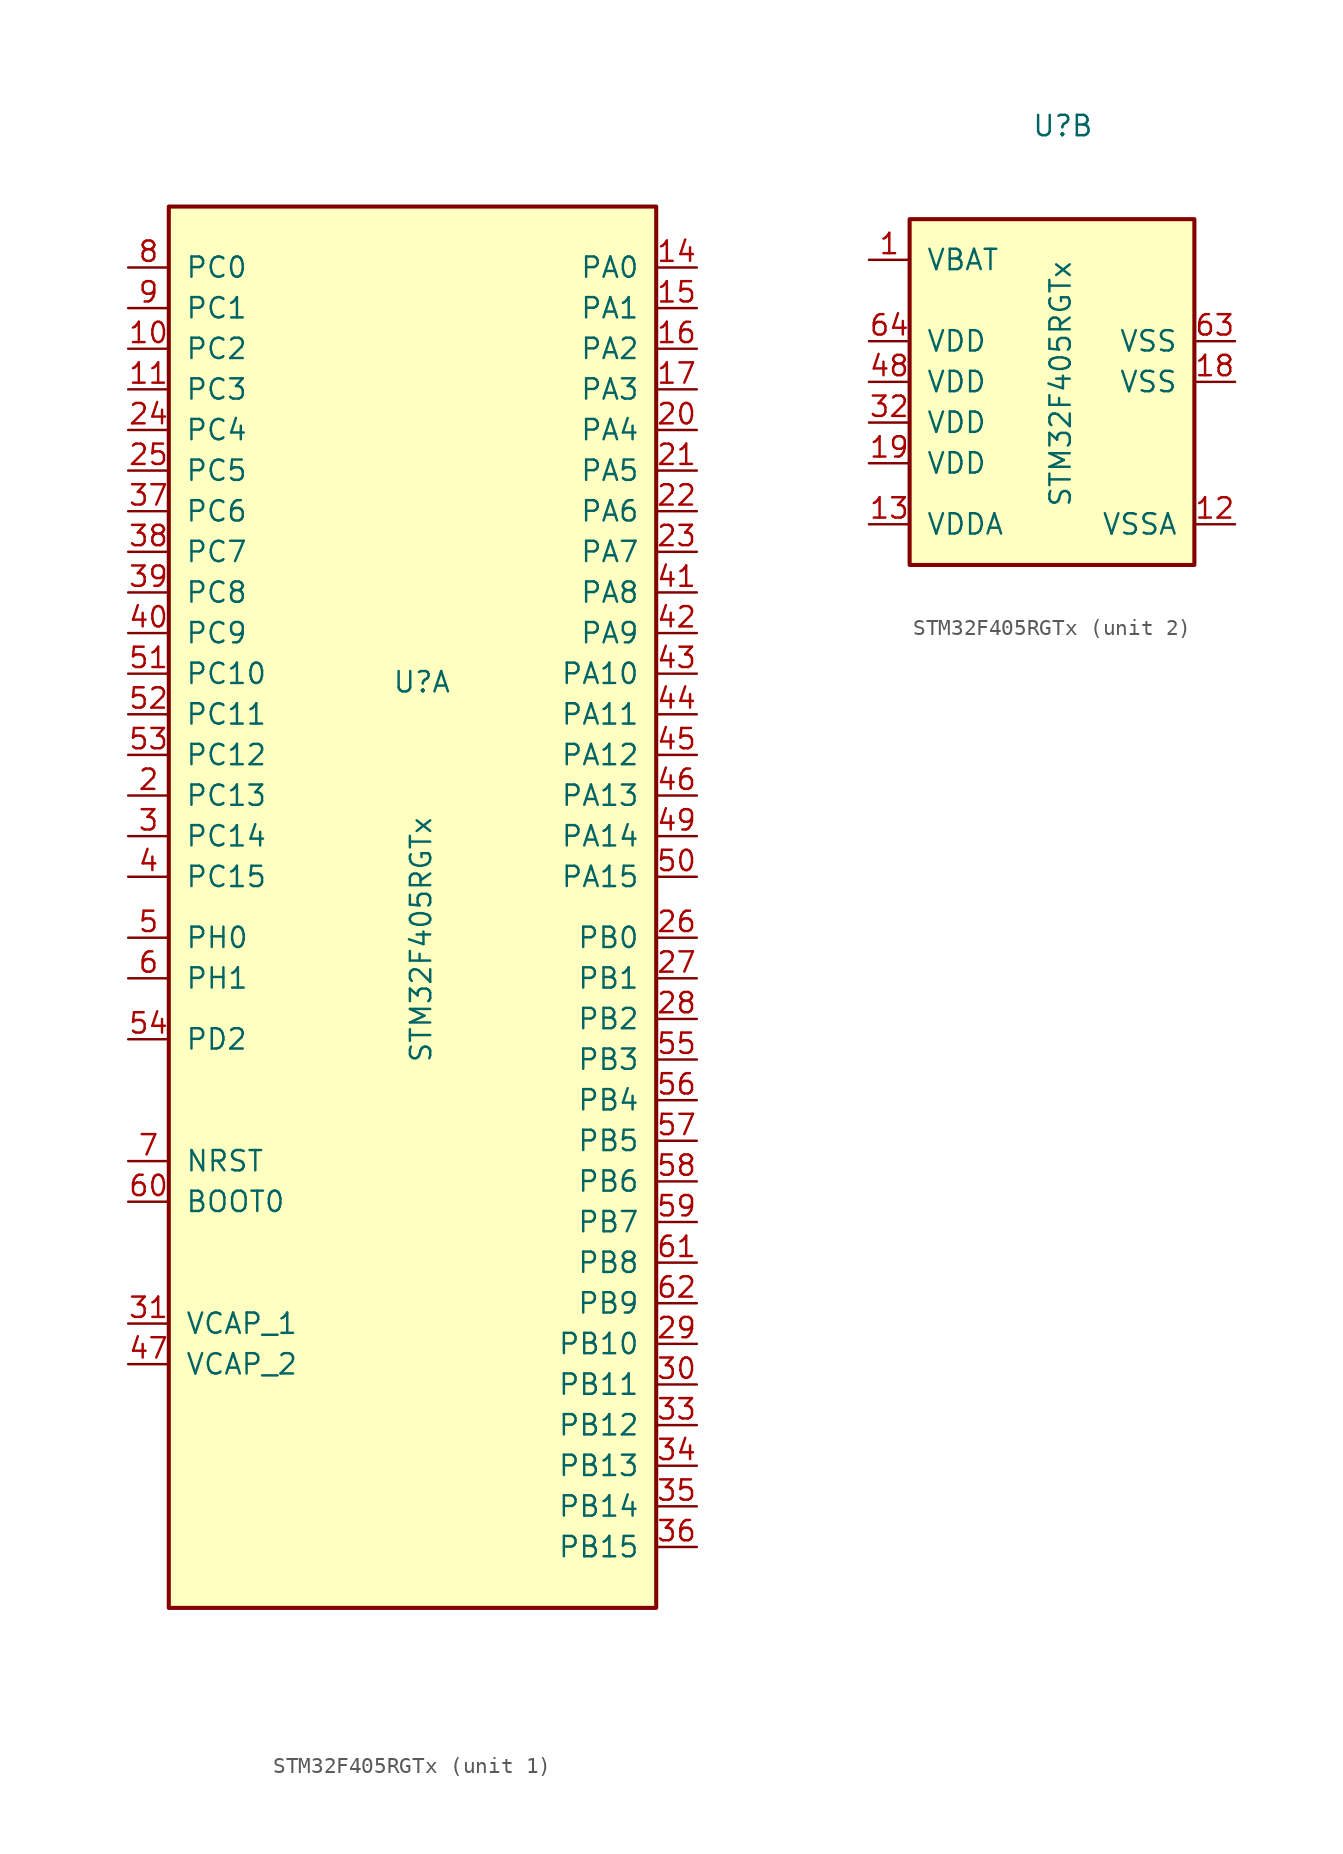
<source format=kicad_sym>
(kicad_symbol_lib
  (version 20220914)
  (generator kicad_symbol_editor)
  (symbol "STM32F405RGTx"
    (pin_names
      (offset 1.016))
    (property "Reference" "U"
      (at -1.27 17.78 0)
      (effects (font (size 1.27 1.27)) (justify left bottom)))
    (property "Value" "STM32F405RGTx"
      (at 1.27 10.16 90)
      (effects (font (size 1.27 1.27)) (justify right bottom)))
    (property "ki_locked" ""
      (at 0 0 0)
      (effects (font (size 1.27 1.27))))
    (symbol "STM32F405RGTx_1_1"
      (rectangle (start -15.24 -39.37) (end 15.24 48.26) (stroke (width 0.254) (type solid)) (fill (type background)))
      (pin bidirectional line (at -17.78 39.37 0) (length 2.54) (name "PC2" (effects (font (size 1.27 1.27)))) (number "10" (effects (font (size 1.27 1.27)))))
      (pin bidirectional line (at -17.78 36.83 0) (length 2.54) (name "PC3" (effects (font (size 1.27 1.27)))) (number "11" (effects (font (size 1.27 1.27)))))
      (pin bidirectional line (at 17.78 44.45 180) (length 2.54) (name "PA0" (effects (font (size 1.27 1.27)))) (number "14" (effects (font (size 1.27 1.27)))))
      (pin bidirectional line (at 17.78 41.91 180) (length 2.54) (name "PA1" (effects (font (size 1.27 1.27)))) (number "15" (effects (font (size 1.27 1.27)))))
      (pin bidirectional line (at 17.78 39.37 180) (length 2.54) (name "PA2" (effects (font (size 1.27 1.27)))) (number "16" (effects (font (size 1.27 1.27)))))
      (pin bidirectional line (at 17.78 36.83 180) (length 2.54) (name "PA3" (effects (font (size 1.27 1.27)))) (number "17" (effects (font (size 1.27 1.27)))))
      (pin bidirectional line (at -17.78 11.43 0) (length 2.54) (name "PC13" (effects (font (size 1.27 1.27)))) (number "2" (effects (font (size 1.27 1.27)))))
      (pin bidirectional line (at 17.78 34.29 180) (length 2.54) (name "PA4" (effects (font (size 1.27 1.27)))) (number "20" (effects (font (size 1.27 1.27)))))
      (pin bidirectional line (at 17.78 31.75 180) (length 2.54) (name "PA5" (effects (font (size 1.27 1.27)))) (number "21" (effects (font (size 1.27 1.27)))))
      (pin bidirectional line (at 17.78 29.21 180) (length 2.54) (name "PA6" (effects (font (size 1.27 1.27)))) (number "22" (effects (font (size 1.27 1.27)))))
      (pin bidirectional line (at 17.78 26.67 180) (length 2.54) (name "PA7" (effects (font (size 1.27 1.27)))) (number "23" (effects (font (size 1.27 1.27)))))
      (pin bidirectional line (at -17.78 34.29 0) (length 2.54) (name "PC4" (effects (font (size 1.27 1.27)))) (number "24" (effects (font (size 1.27 1.27)))))
      (pin bidirectional line (at -17.78 31.75 0) (length 2.54) (name "PC5" (effects (font (size 1.27 1.27)))) (number "25" (effects (font (size 1.27 1.27)))))
      (pin bidirectional line (at 17.78 2.54 180) (length 2.54) (name "PB0" (effects (font (size 1.27 1.27)))) (number "26" (effects (font (size 1.27 1.27)))))
      (pin bidirectional line (at 17.78 0 180) (length 2.54) (name "PB1" (effects (font (size 1.27 1.27)))) (number "27" (effects (font (size 1.27 1.27)))))
      (pin bidirectional line (at 17.78 -2.54 180) (length 2.54) (name "PB2" (effects (font (size 1.27 1.27)))) (number "28" (effects (font (size 1.27 1.27)))))
      (pin bidirectional line (at 17.78 -22.86 180) (length 2.54) (name "PB10" (effects (font (size 1.27 1.27)))) (number "29" (effects (font (size 1.27 1.27)))))
      (pin bidirectional line (at -17.78 8.89 0) (length 2.54) (name "PC14" (effects (font (size 1.27 1.27)))) (number "3" (effects (font (size 1.27 1.27)))))
      (pin bidirectional line (at 17.78 -25.4 180) (length 2.54) (name "PB11" (effects (font (size 1.27 1.27)))) (number "30" (effects (font (size 1.27 1.27)))))
      (pin power_in line (at -17.78 -21.59 0) (length 2.54) (name "VCAP_1" (effects (font (size 1.27 1.27)))) (number "31" (effects (font (size 1.27 1.27)))))
      (pin bidirectional line (at 17.78 -27.94 180) (length 2.54) (name "PB12" (effects (font (size 1.27 1.27)))) (number "33" (effects (font (size 1.27 1.27)))))
      (pin bidirectional line (at 17.78 -30.48 180) (length 2.54) (name "PB13" (effects (font (size 1.27 1.27)))) (number "34" (effects (font (size 1.27 1.27)))))
      (pin bidirectional line (at 17.78 -33.02 180) (length 2.54) (name "PB14" (effects (font (size 1.27 1.27)))) (number "35" (effects (font (size 1.27 1.27)))))
      (pin bidirectional line (at 17.78 -35.56 180) (length 2.54) (name "PB15" (effects (font (size 1.27 1.27)))) (number "36" (effects (font (size 1.27 1.27)))))
      (pin bidirectional line (at -17.78 29.21 0) (length 2.54) (name "PC6" (effects (font (size 1.27 1.27)))) (number "37" (effects (font (size 1.27 1.27)))))
      (pin bidirectional line (at -17.78 26.67 0) (length 2.54) (name "PC7" (effects (font (size 1.27 1.27)))) (number "38" (effects (font (size 1.27 1.27)))))
      (pin bidirectional line (at -17.78 24.13 0) (length 2.54) (name "PC8" (effects (font (size 1.27 1.27)))) (number "39" (effects (font (size 1.27 1.27)))))
      (pin bidirectional line (at -17.78 6.35 0) (length 2.54) (name "PC15" (effects (font (size 1.27 1.27)))) (number "4" (effects (font (size 1.27 1.27)))))
      (pin bidirectional line (at -17.78 21.59 0) (length 2.54) (name "PC9" (effects (font (size 1.27 1.27)))) (number "40" (effects (font (size 1.27 1.27)))))
      (pin bidirectional line (at 17.78 24.13 180) (length 2.54) (name "PA8" (effects (font (size 1.27 1.27)))) (number "41" (effects (font (size 1.27 1.27)))))
      (pin bidirectional line (at 17.78 21.59 180) (length 2.54) (name "PA9" (effects (font (size 1.27 1.27)))) (number "42" (effects (font (size 1.27 1.27)))))
      (pin bidirectional line (at 17.78 19.05 180) (length 2.54) (name "PA10" (effects (font (size 1.27 1.27)))) (number "43" (effects (font (size 1.27 1.27)))))
      (pin bidirectional line (at 17.78 16.51 180) (length 2.54) (name "PA11" (effects (font (size 1.27 1.27)))) (number "44" (effects (font (size 1.27 1.27)))))
      (pin bidirectional line (at 17.78 13.97 180) (length 2.54) (name "PA12" (effects (font (size 1.27 1.27)))) (number "45" (effects (font (size 1.27 1.27)))))
      (pin bidirectional line (at 17.78 11.43 180) (length 2.54) (name "PA13" (effects (font (size 1.27 1.27)))) (number "46" (effects (font (size 1.27 1.27)))))
      (pin power_in line (at -17.78 -24.13 0) (length 2.54) (name "VCAP_2" (effects (font (size 1.27 1.27)))) (number "47" (effects (font (size 1.27 1.27)))))
      (pin bidirectional line (at 17.78 8.89 180) (length 2.54) (name "PA14" (effects (font (size 1.27 1.27)))) (number "49" (effects (font (size 1.27 1.27)))))
      (pin input line (at -17.78 2.54 0) (length 2.54) (name "PH0" (effects (font (size 1.27 1.27)))) (number "5" (effects (font (size 1.27 1.27)))))
      (pin bidirectional line (at 17.78 6.35 180) (length 2.54) (name "PA15" (effects (font (size 1.27 1.27)))) (number "50" (effects (font (size 1.27 1.27)))))
      (pin bidirectional line (at -17.78 19.05 0) (length 2.54) (name "PC10" (effects (font (size 1.27 1.27)))) (number "51" (effects (font (size 1.27 1.27)))))
      (pin bidirectional line (at -17.78 16.51 0) (length 2.54) (name "PC11" (effects (font (size 1.27 1.27)))) (number "52" (effects (font (size 1.27 1.27)))))
      (pin bidirectional line (at -17.78 13.97 0) (length 2.54) (name "PC12" (effects (font (size 1.27 1.27)))) (number "53" (effects (font (size 1.27 1.27)))))
      (pin bidirectional line (at -17.78 -3.81 0) (length 2.54) (name "PD2" (effects (font (size 1.27 1.27)))) (number "54" (effects (font (size 1.27 1.27)))))
      (pin bidirectional line (at 17.78 -5.08 180) (length 2.54) (name "PB3" (effects (font (size 1.27 1.27)))) (number "55" (effects (font (size 1.27 1.27)))))
      (pin bidirectional line (at 17.78 -7.62 180) (length 2.54) (name "PB4" (effects (font (size 1.27 1.27)))) (number "56" (effects (font (size 1.27 1.27)))))
      (pin bidirectional line (at 17.78 -10.16 180) (length 2.54) (name "PB5" (effects (font (size 1.27 1.27)))) (number "57" (effects (font (size 1.27 1.27)))))
      (pin bidirectional line (at 17.78 -12.7 180) (length 2.54) (name "PB6" (effects (font (size 1.27 1.27)))) (number "58" (effects (font (size 1.27 1.27)))))
      (pin bidirectional line (at 17.78 -15.24 180) (length 2.54) (name "PB7" (effects (font (size 1.27 1.27)))) (number "59" (effects (font (size 1.27 1.27)))))
      (pin input line (at -17.78 0 0) (length 2.54) (name "PH1" (effects (font (size 1.27 1.27)))) (number "6" (effects (font (size 1.27 1.27)))))
      (pin input line (at -17.78 -13.97 0) (length 2.54) (name "BOOT0" (effects (font (size 1.27 1.27)))) (number "60" (effects (font (size 1.27 1.27)))))
      (pin bidirectional line (at 17.78 -17.78 180) (length 2.54) (name "PB8" (effects (font (size 1.27 1.27)))) (number "61" (effects (font (size 1.27 1.27)))))
      (pin bidirectional line (at 17.78 -20.32 180) (length 2.54) (name "PB9" (effects (font (size 1.27 1.27)))) (number "62" (effects (font (size 1.27 1.27)))))
      (pin input line (at -17.78 -11.43 0) (length 2.54) (name "NRST" (effects (font (size 1.27 1.27)))) (number "7" (effects (font (size 1.27 1.27)))))
      (pin bidirectional line (at -17.78 44.45 0) (length 2.54) (name "PC0" (effects (font (size 1.27 1.27)))) (number "8" (effects (font (size 1.27 1.27)))))
      (pin bidirectional line (at -17.78 41.91 0) (length 2.54) (name "PC1" (effects (font (size 1.27 1.27)))) (number "9" (effects (font (size 1.27 1.27))))))
    (symbol "STM32F405RGTx_2_1"
      (rectangle (start -8.89 12.7) (end 8.89 -8.89) (stroke (width 0.254) (type solid)) (fill (type background)))
      (pin power_in line (at -11.43 10.16 0) (length 2.54) (name "VBAT" (effects (font (size 1.27 1.27)))) (number "1" (effects (font (size 1.27 1.27)))))
      (pin power_in line (at 11.43 -6.35 180) (length 2.54) (name "VSSA" (effects (font (size 1.27 1.27)))) (number "12" (effects (font (size 1.27 1.27)))))
      (pin power_in line (at -11.43 -6.35 0) (length 2.54) (name "VDDA" (effects (font (size 1.27 1.27)))) (number "13" (effects (font (size 1.27 1.27)))))
      (pin power_in line (at 11.43 2.54 180) (length 2.54) (name "VSS" (effects (font (size 1.27 1.27)))) (number "18" (effects (font (size 1.27 1.27)))))
      (pin power_in line (at -11.43 -2.54 0) (length 2.54) (name "VDD" (effects (font (size 1.27 1.27)))) (number "19" (effects (font (size 1.27 1.27)))))
      (pin power_in line (at -11.43 0 0) (length 2.54) (name "VDD" (effects (font (size 1.27 1.27)))) (number "32" (effects (font (size 1.27 1.27)))))
      (pin power_in line (at -11.43 2.54 0) (length 2.54) (name "VDD" (effects (font (size 1.27 1.27)))) (number "48" (effects (font (size 1.27 1.27)))))
      (pin power_in line (at 11.43 5.08 180) (length 2.54) (name "VSS" (effects (font (size 1.27 1.27)))) (number "63" (effects (font (size 1.27 1.27)))))
      (pin power_in line (at -11.43 5.08 0) (length 2.54) (name "VDD" (effects (font (size 1.27 1.27)))) (number "64" (effects (font (size 1.27 1.27))))))))
</source>
